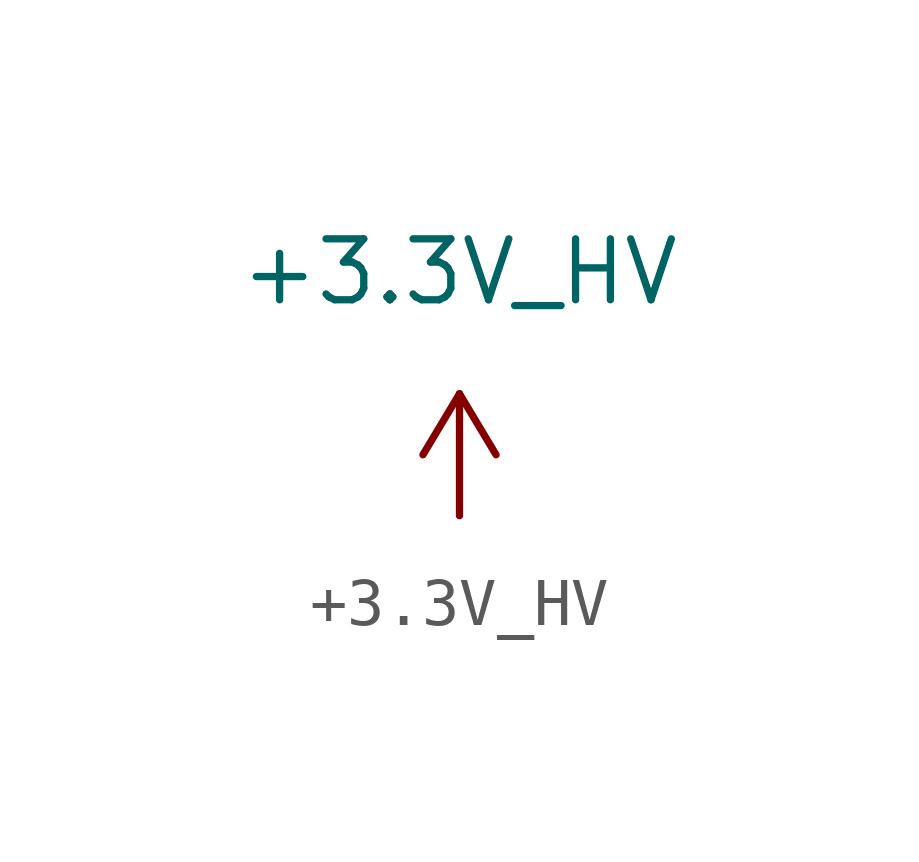
<source format=kicad_sym>
(kicad_symbol_lib
  (version 20220914)
  (generator kicad_symbol_editor)
  (symbol "+3.3V_HV"
    (power)
    (pin_numbers hide)
    (pin_names
      (offset 0))
    (property "Reference" "#PWR"
      (at 1.27 0 90)
      (effects (font (size 1.27 1.27)) hide))
    (property "Value" "+3.3V_HV"
      (at 0 5.08 0)
      (effects (font (size 1.27 1.27))))
    (symbol "+3.3V_HV_1_1"
      (polyline (pts (xy -0.762 1.27) (xy 0 2.54)) (stroke (width 0) (type default)) (fill (type none)))
      (polyline (pts (xy 0 0) (xy 0 2.54)) (stroke (width 0) (type default)) (fill (type none)))
      (polyline (pts (xy 0 2.54) (xy 0.762 1.27)) (stroke (width 0) (type default)) (fill (type none)))
      (pin power_in line (at 0 0 90) (length 0) hide (name "+3.3V_HV" (effects (font (size 1.27 1.27)))) (number "1" (effects (font (size 1.27 1.27))))))))
</source>
